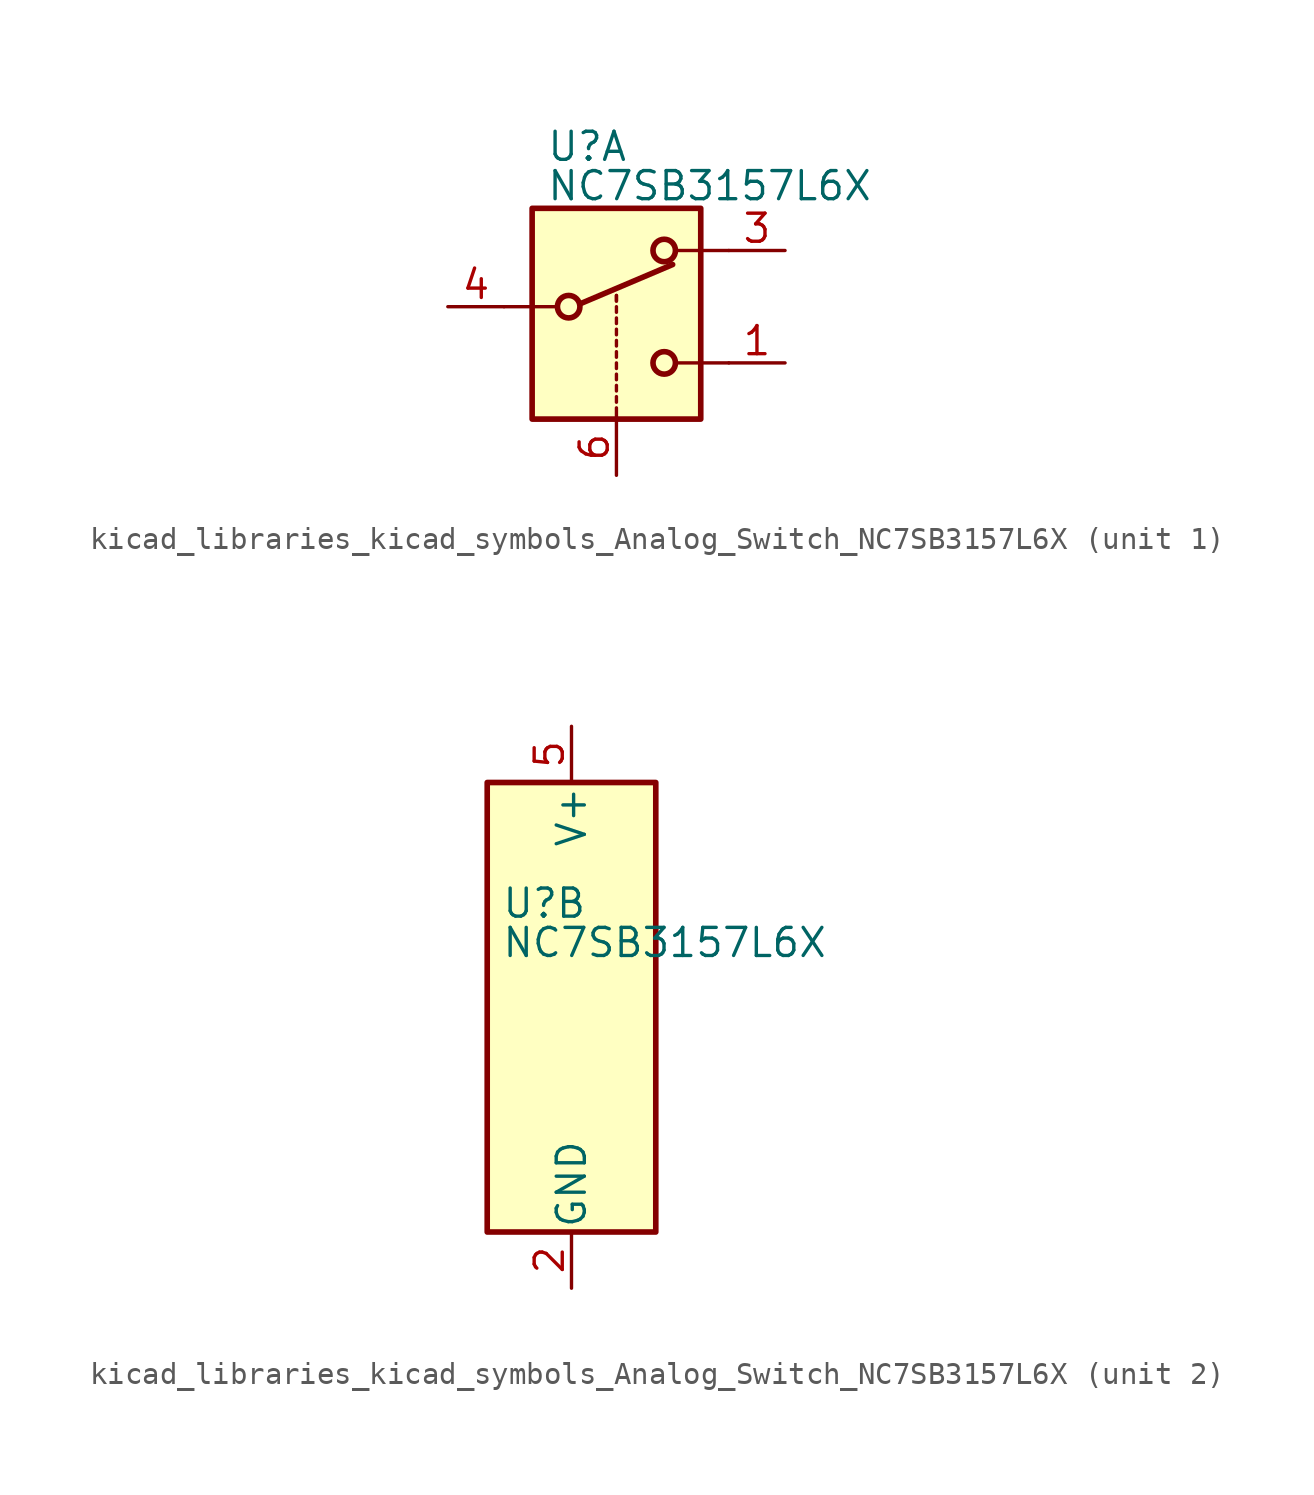
<source format=kicad_sym>
(kicad_symbol_lib
  (version 20220914)
  (generator kicad_symbol_editor)
  (symbol "kicad_libraries_kicad_symbols_Analog_Switch_NC7SB3157L6X"
    (pin_names
      (offset 0.127))
    (property "Reference" "U"
      (at -3.175 4.699 0)
      (effects (font (size 1.27 1.27)) (justify left)))
    (property "Value" "NC7SB3157L6X"
      (at -3.175 2.921 0)
      (effects (font (size 1.27 1.27)) (justify left)))
    (symbol "kicad_libraries_kicad_symbols_Analog_Switch_NC7SB3157L6X_1_1"
      (rectangle (start -3.81 1.905) (end 3.81 -7.62) (stroke (width 0.254) (type default)) (fill (type background)))
      (circle (center -2.159 -2.54) (radius 0.508) (stroke (width 0.254) (type default)) (fill (type none)))
      (polyline (pts (xy -5.08 -2.54) (xy -2.794 -2.54)) (stroke (width 0) (type default)) (fill (type none)))
      (polyline (pts (xy -1.651 -2.413) (xy 2.54 -0.635)) (stroke (width 0.254) (type default)) (fill (type none)))
      (polyline (pts (xy 0 -7.62) (xy 0 -7.112)) (stroke (width 0) (type default)) (fill (type none)))
      (polyline (pts (xy 0 -6.858) (xy 0 -6.604)) (stroke (width 0) (type default)) (fill (type none)))
      (polyline (pts (xy 0 -6.35) (xy 0 -6.096)) (stroke (width 0) (type default)) (fill (type none)))
      (polyline (pts (xy 0 -5.842) (xy 0 -5.588)) (stroke (width 0) (type default)) (fill (type none)))
      (polyline (pts (xy 0 -5.334) (xy 0 -5.08)) (stroke (width 0) (type default)) (fill (type none)))
      (polyline (pts (xy 0 -4.826) (xy 0 -4.572)) (stroke (width 0) (type default)) (fill (type none)))
      (polyline (pts (xy 0 -4.318) (xy 0 -4.064)) (stroke (width 0) (type default)) (fill (type none)))
      (polyline (pts (xy 0 -3.81) (xy 0 -3.556)) (stroke (width 0) (type default)) (fill (type none)))
      (polyline (pts (xy 0 -3.302) (xy 0 -3.048)) (stroke (width 0) (type default)) (fill (type none)))
      (polyline (pts (xy 0 -2.794) (xy 0 -2.54)) (stroke (width 0) (type default)) (fill (type none)))
      (polyline (pts (xy 0 -2.286) (xy 0 -2.032)) (stroke (width 0) (type default)) (fill (type none)))
      (polyline (pts (xy 0 -2.286) (xy 0 -2.032)) (stroke (width 0) (type default)) (fill (type none)))
      (polyline (pts (xy 5.08 -5.08) (xy 2.794 -5.08)) (stroke (width 0) (type default)) (fill (type none)))
      (polyline (pts (xy 5.08 0) (xy 2.794 0)) (stroke (width 0) (type default)) (fill (type none)))
      (circle (center 2.159 -5.08) (radius 0.508) (stroke (width 0.254) (type default)) (fill (type none)))
      (circle (center 2.159 0) (radius 0.508) (stroke (width 0.254) (type default)) (fill (type none)))
      (pin passive line (at 7.62 -5.08 180) (length 2.54) (name "~" (effects (font (size 1.27 1.27)))) (number "1" (effects (font (size 1.27 1.27)))))
      (pin passive line (at 7.62 0 180) (length 2.54) (name "~" (effects (font (size 1.27 1.27)))) (number "3" (effects (font (size 1.27 1.27)))))
      (pin passive line (at -7.62 -2.54 0) (length 2.54) (name "~" (effects (font (size 1.27 1.27)))) (number "4" (effects (font (size 1.27 1.27)))))
      (pin input line (at 0 -10.16 90) (length 2.54) (name "~" (effects (font (size 1.27 1.27)))) (number "6" (effects (font (size 1.27 1.27))))))
    (symbol "kicad_libraries_kicad_symbols_Analog_Switch_NC7SB3157L6X_2_0"
      (pin power_in line (at 0 -12.7 90) (length 2.54) (name "GND" (effects (font (size 1.27 1.27)))) (number "2" (effects (font (size 1.27 1.27)))))
      (pin power_in line (at 0 12.7 270) (length 2.54) (name "V+" (effects (font (size 1.27 1.27)))) (number "5" (effects (font (size 1.27 1.27))))))
    (symbol "kicad_libraries_kicad_symbols_Analog_Switch_NC7SB3157L6X_2_1"
      (rectangle (start -3.81 10.16) (end 3.81 -10.16) (stroke (width 0.254) (type default)) (fill (type background))))))
</source>
